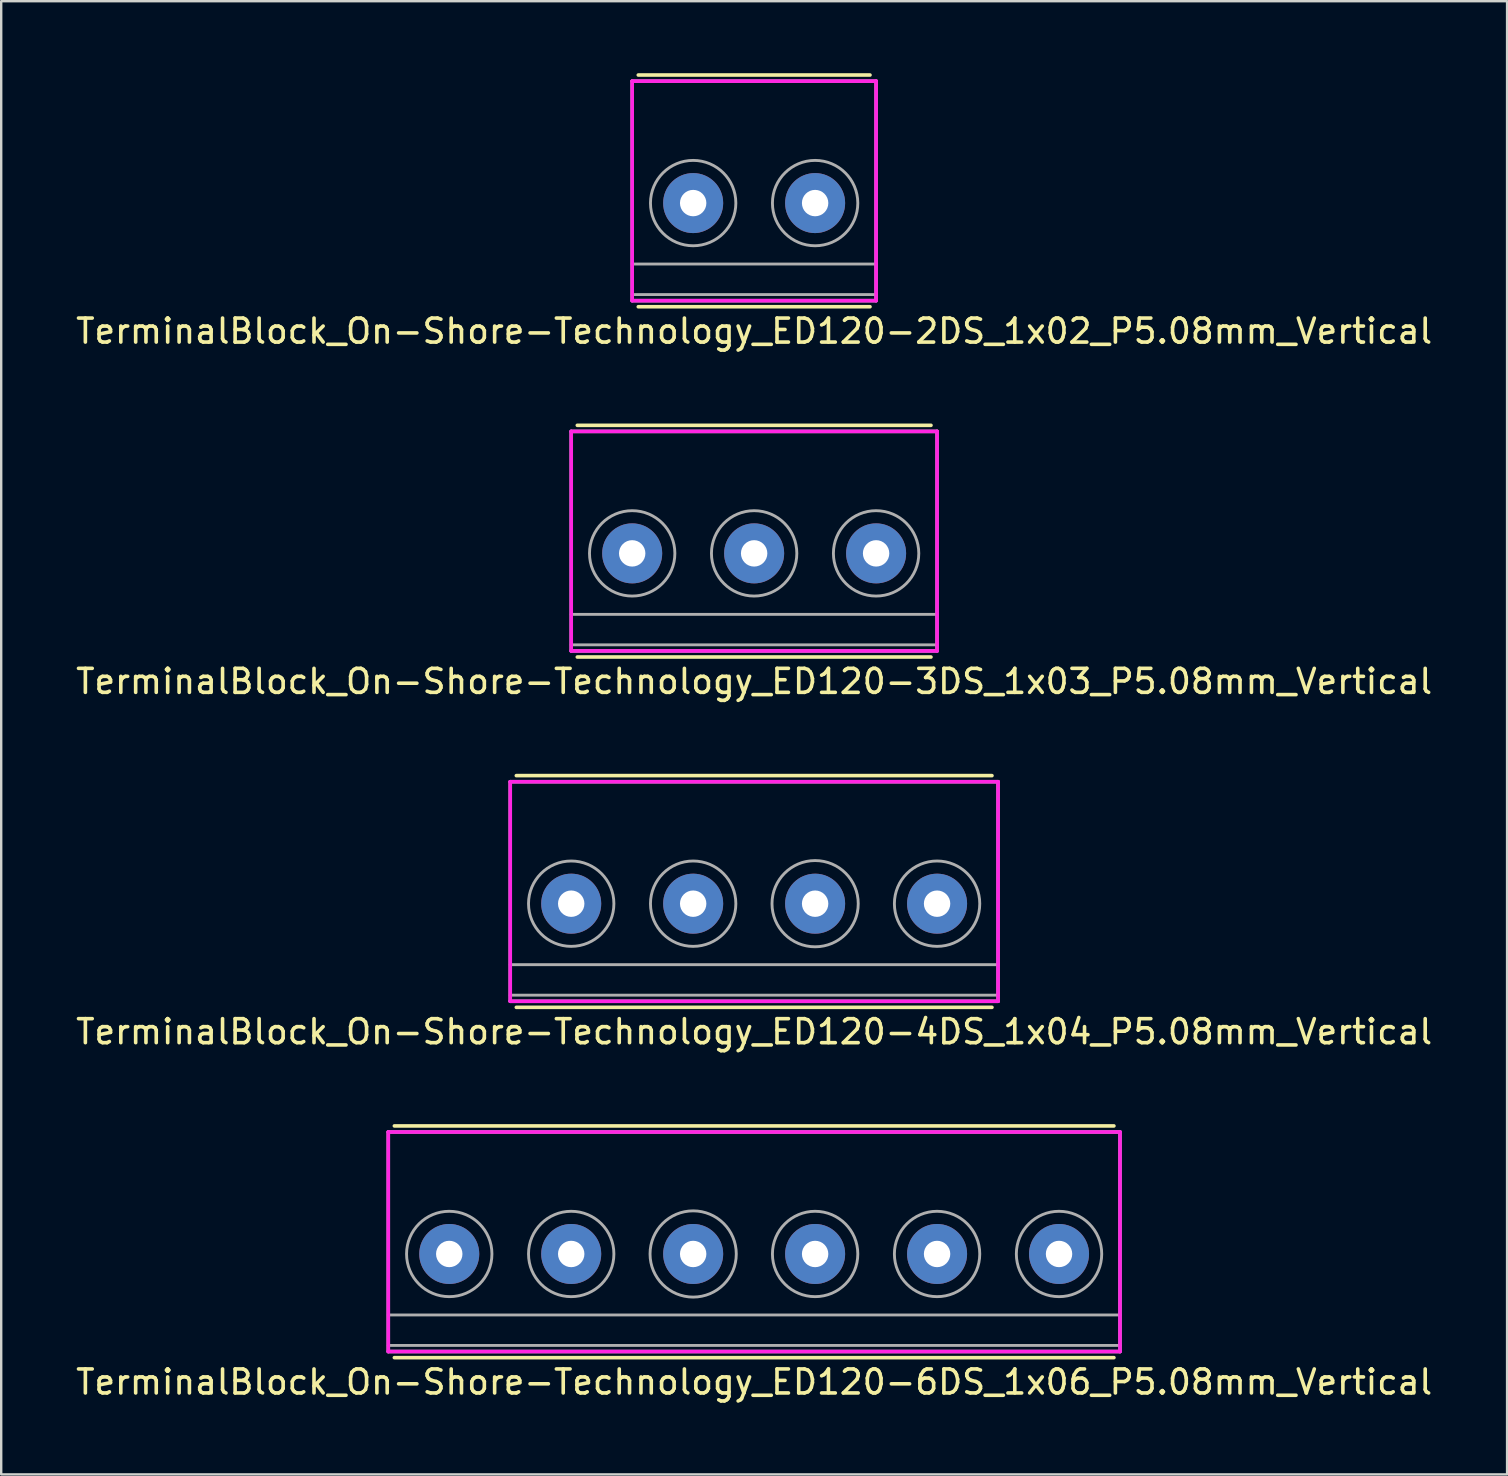
<source format=kicad_pcb>
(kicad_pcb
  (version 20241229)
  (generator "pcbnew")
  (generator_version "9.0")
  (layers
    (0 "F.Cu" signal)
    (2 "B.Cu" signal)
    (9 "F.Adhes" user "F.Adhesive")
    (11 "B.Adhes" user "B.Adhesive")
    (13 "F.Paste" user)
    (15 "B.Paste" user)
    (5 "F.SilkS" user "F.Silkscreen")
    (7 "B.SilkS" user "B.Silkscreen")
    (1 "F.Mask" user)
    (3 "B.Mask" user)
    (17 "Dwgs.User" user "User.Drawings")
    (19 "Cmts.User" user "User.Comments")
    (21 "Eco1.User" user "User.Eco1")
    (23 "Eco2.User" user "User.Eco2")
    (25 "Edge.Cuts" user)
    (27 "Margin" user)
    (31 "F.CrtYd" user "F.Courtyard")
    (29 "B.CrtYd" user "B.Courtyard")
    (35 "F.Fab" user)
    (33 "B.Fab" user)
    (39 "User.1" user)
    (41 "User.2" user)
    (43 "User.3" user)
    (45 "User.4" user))
  (footprint "TerminalBlock_On-Shore-Technology_ED120-3DS_1x03_P5.08mm_Vertical"
    (layer "F.Cu")
    (at 28.363 20)
    (property "Reference" "TerminalBlock_On-Shore-Technology_ED120-3DS_1x03_P5.08mm_Vertical" (at 0 5.334 0) (layer "F.SilkS") (effects (font (size 1 1) (thickness 0.15))))
    (attr through_hole)
    (fp_line (start -7.366 -5.334) (end 7.366 -5.334) (stroke (width 0.15) (type solid)) (layer "F.SilkS"))
    (fp_line (start 7.366 4.318) (end -7.366 4.318) (stroke (width 0.15) (type solid)) (layer "F.SilkS"))
    (fp_line (start -7.62 -5.08) (end 7.62 -5.08) (stroke (width 0.15) (type solid)) (layer "F.CrtYd"))
    (fp_line (start -7.62 4.064) (end -7.62 -5.08) (stroke (width 0.15) (type solid)) (layer "F.CrtYd"))
    (fp_line (start 7.62 -5.08) (end 7.62 4.064) (stroke (width 0.15) (type solid)) (layer "F.CrtYd"))
    (fp_line (start 7.62 4.064) (end -7.62 4.064) (stroke (width 0.15) (type solid)) (layer "F.CrtYd"))
    (fp_line (start -7.62 -5.08) (end 7.62 -5.08) (stroke (width 0.15) (type solid)) (layer "F.Fab"))
    (fp_line (start -7.62 2.54) (end 7.62 2.54) (stroke (width 0.12) (type solid)) (layer "F.Fab"))
    (fp_line (start -7.62 3.81) (end 7.62 3.81) (stroke (width 0.12) (type solid)) (layer "F.Fab"))
    (fp_line (start -7.62 4.064) (end -7.62 -5.08) (stroke (width 0.15) (type solid)) (layer "F.Fab"))
    (fp_line (start 7.62 4.064) (end -7.62 4.064) (stroke (width 0.15) (type solid)) (layer "F.Fab"))
    (fp_line (start 7.62 4.064) (end 7.62 -5.08) (stroke (width 0.15) (type solid)) (layer "F.Fab"))
    (fp_circle (center -5.08 0) (end -3.302 0) (stroke (width 0.12) (type solid)) (fill no) (layer "F.Fab"))
    (fp_circle (center 0 0) (end 1.778 0) (stroke (width 0.12) (type solid)) (fill no) (layer "F.Fab"))
    (fp_circle (center 5.08 0) (end 6.858 0) (stroke (width 0.12) (type solid)) (fill no) (layer "F.Fab"))
    (pad "1" thru_hole circle (at -5.08 0) (size 2.5 2.5) (drill 1.1) (layers "*.Cu" "*.Mask"))
    (pad "2" thru_hole circle (at 0 0) (size 2.5 2.5) (drill 1.1) (layers "*.Cu" "*.Mask"))
    (pad "3" thru_hole circle (at 5.08 0) (size 2.5 2.5) (drill 1.1) (layers "*.Cu" "*.Mask")))
  (footprint "TerminalBlock_On-Shore-Technology_ED120-6DS_1x06_P5.08mm_Vertical"
    (layer "F.Cu")
    (at 28.363 49.183)
    (property "Reference" "TerminalBlock_On-Shore-Technology_ED120-6DS_1x06_P5.08mm_Vertical" (at 0 5.334 0) (layer "F.SilkS") (effects (font (size 1 1) (thickness 0.15))))
    (attr through_hole)
    (fp_line (start -14.986 -5.334) (end 14.986 -5.334) (stroke (width 0.15) (type solid)) (layer "F.SilkS"))
    (fp_line (start 14.986 4.318) (end -14.986 4.318) (stroke (width 0.15) (type solid)) (layer "F.SilkS"))
    (fp_line (start -15.24 -5.08) (end 15.24 -5.08) (stroke (width 0.15) (type solid)) (layer "F.CrtYd"))
    (fp_line (start -15.24 4.064) (end -15.24 -5.08) (stroke (width 0.15) (type solid)) (layer "F.CrtYd"))
    (fp_line (start 15.24 -5.08) (end 15.24 4.064) (stroke (width 0.15) (type solid)) (layer "F.CrtYd"))
    (fp_line (start 15.24 4.064) (end -15.24 4.064) (stroke (width 0.15) (type solid)) (layer "F.CrtYd"))
    (fp_line (start -15.24 -5.08) (end 15.24 -5.08) (stroke (width 0.15) (type solid)) (layer "F.Fab"))
    (fp_line (start -15.24 2.54) (end 15.24 2.54) (stroke (width 0.12) (type solid)) (layer "F.Fab"))
    (fp_line (start -15.24 3.81) (end 15.24 3.81) (stroke (width 0.12) (type solid)) (layer "F.Fab"))
    (fp_line (start -15.24 4.064) (end -15.24 -5.08) (stroke (width 0.15) (type solid)) (layer "F.Fab"))
    (fp_line (start 15.24 4.064) (end -15.24 4.064) (stroke (width 0.15) (type solid)) (layer "F.Fab"))
    (fp_line (start 15.24 4.064) (end 15.24 -5.08) (stroke (width 0.15) (type solid)) (layer "F.Fab"))
    (fp_circle (center -12.7 0) (end -10.922 0) (stroke (width 0.12) (type solid)) (fill no) (layer "F.Fab"))
    (fp_circle (center -7.62 0) (end -9.398 0) (stroke (width 0.12) (type solid)) (fill no) (layer "F.Fab"))
    (fp_circle (center -2.54 0) (end -4.318 0.254) (stroke (width 0.12) (type solid)) (fill no) (layer "F.Fab"))
    (fp_circle (center 2.54 0) (end 0.762 0) (stroke (width 0.12) (type solid)) (fill no) (layer "F.Fab"))
    (fp_circle (center 7.62 0) (end 5.842 0) (stroke (width 0.12) (type solid)) (fill no) (layer "F.Fab"))
    (fp_circle (center 12.7 0) (end 10.922 0) (stroke (width 0.12) (type solid)) (fill no) (layer "F.Fab"))
    (pad "1" thru_hole circle (at -12.7 0) (size 2.5 2.5) (drill 1.1) (layers "*.Cu" "*.Mask"))
    (pad "2" thru_hole circle (at -7.62 0) (size 2.5 2.5) (drill 1.1) (layers "*.Cu" "*.Mask"))
    (pad "3" thru_hole circle (at -2.54 0) (size 2.5 2.5) (drill 1.1) (layers "*.Cu" "*.Mask"))
    (pad "4" thru_hole circle (at 2.54 0) (size 2.5 2.5) (drill 1.1) (layers "*.Cu" "*.Mask"))
    (pad "5" thru_hole circle (at 7.62 0) (size 2.5 2.5) (drill 1.1) (layers "*.Cu" "*.Mask"))
    (pad "6" thru_hole circle (at 12.7 0) (size 2.5 2.5) (drill 1.1) (layers "*.Cu" "*.Mask")))
  (footprint "TerminalBlock_On-Shore-Technology_ED120-2DS_1x02_P5.08mm_Vertical"
    (layer "F.Cu")
    (at 28.363 5.409)
    (property "Reference" "TerminalBlock_On-Shore-Technology_ED120-2DS_1x02_P5.08mm_Vertical" (at 0 5.334 0) (layer "F.SilkS") (effects (font (size 1 1) (thickness 0.15))))
    (attr through_hole)
    (fp_line (start -4.826 -5.334) (end 4.826 -5.334) (stroke (width 0.15) (type solid)) (layer "F.SilkS"))
    (fp_line (start 4.826 4.318) (end -4.826 4.318) (stroke (width 0.15) (type solid)) (layer "F.SilkS"))
    (fp_line (start -5.08 -5.08) (end 5.08 -5.08) (stroke (width 0.15) (type solid)) (layer "F.CrtYd"))
    (fp_line (start -5.08 4.064) (end -5.08 -5.08) (stroke (width 0.15) (type solid)) (layer "F.CrtYd"))
    (fp_line (start 5.08 -5.08) (end 5.08 4.064) (stroke (width 0.15) (type solid)) (layer "F.CrtYd"))
    (fp_line (start 5.08 4.064) (end -5.08 4.064) (stroke (width 0.15) (type solid)) (layer "F.CrtYd"))
    (fp_line (start -5.08 -5.08) (end 5.08 -5.08) (stroke (width 0.15) (type solid)) (layer "F.Fab"))
    (fp_line (start -5.08 2.54) (end 5.08 2.54) (stroke (width 0.12) (type solid)) (layer "F.Fab"))
    (fp_line (start -5.08 3.81) (end 5.08 3.81) (stroke (width 0.12) (type solid)) (layer "F.Fab"))
    (fp_line (start -5.08 4.064) (end -5.08 -5.08) (stroke (width 0.15) (type solid)) (layer "F.Fab"))
    (fp_line (start 5.08 4.064) (end -5.08 4.064) (stroke (width 0.15) (type solid)) (layer "F.Fab"))
    (fp_line (start 5.08 4.064) (end 5.08 -5.08) (stroke (width 0.15) (type solid)) (layer "F.Fab"))
    (fp_circle (center -2.54 0) (end -0.762 0) (stroke (width 0.12) (type solid)) (fill no) (layer "F.Fab"))
    (fp_circle (center 2.54 0) (end 4.318 0) (stroke (width 0.12) (type solid)) (fill no) (layer "F.Fab"))
    (pad "1" thru_hole circle (at -2.54 0) (size 2.5 2.5) (drill 1.1) (layers "*.Cu" "*.Mask"))
    (pad "2" thru_hole circle (at 2.54 0) (size 2.5 2.5) (drill 1.1) (layers "*.Cu" "*.Mask")))
  (footprint "TerminalBlock_On-Shore-Technology_ED120-4DS_1x04_P5.08mm_Vertical"
    (layer "F.Cu")
    (at 28.363 34.592)
    (property "Reference" "TerminalBlock_On-Shore-Technology_ED120-4DS_1x04_P5.08mm_Vertical" (at 0 5.334 0) (layer "F.SilkS") (effects (font (size 1 1) (thickness 0.15))))
    (attr through_hole)
    (fp_line (start -9.906 -5.334) (end 9.906 -5.334) (stroke (width 0.15) (type solid)) (layer "F.SilkS"))
    (fp_line (start 9.906 4.318) (end -9.906 4.318) (stroke (width 0.15) (type solid)) (layer "F.SilkS"))
    (fp_line (start -10.16 -5.08) (end 10.16 -5.08) (stroke (width 0.15) (type solid)) (layer "F.CrtYd"))
    (fp_line (start -10.16 4.064) (end -10.16 -5.08) (stroke (width 0.15) (type solid)) (layer "F.CrtYd"))
    (fp_line (start 10.16 -5.08) (end 10.16 4.064) (stroke (width 0.15) (type solid)) (layer "F.CrtYd"))
    (fp_line (start 10.16 4.064) (end -10.16 4.064) (stroke (width 0.15) (type solid)) (layer "F.CrtYd"))
    (fp_line (start -10.16 -5.08) (end 10.16 -5.08) (stroke (width 0.15) (type solid)) (layer "F.Fab"))
    (fp_line (start -10.16 2.54) (end 10.16 2.54) (stroke (width 0.12) (type solid)) (layer "F.Fab"))
    (fp_line (start -10.16 3.81) (end 10.16 3.81) (stroke (width 0.12) (type solid)) (layer "F.Fab"))
    (fp_line (start -10.16 4.064) (end -10.16 -5.08) (stroke (width 0.15) (type solid)) (layer "F.Fab"))
    (fp_line (start 10.16 4.064) (end -10.16 4.064) (stroke (width 0.15) (type solid)) (layer "F.Fab"))
    (fp_line (start 10.16 4.064) (end 10.16 -5.08) (stroke (width 0.15) (type solid)) (layer "F.Fab"))
    (fp_circle (center -7.62 0) (end -5.842 0) (stroke (width 0.12) (type solid)) (fill no) (layer "F.Fab"))
    (fp_circle (center -2.54 0) (end -4.318 0) (stroke (width 0.12) (type solid)) (fill no) (layer "F.Fab"))
    (fp_circle (center 2.54 0) (end 0.762 0.254) (stroke (width 0.12) (type solid)) (fill no) (layer "F.Fab"))
    (fp_circle (center 7.62 0) (end 5.842 0) (stroke (width 0.12) (type solid)) (fill no) (layer "F.Fab"))
    (pad "1" thru_hole circle (at -7.62 0) (size 2.5 2.5) (drill 1.1) (layers "*.Cu" "*.Mask"))
    (pad "2" thru_hole circle (at -2.54 0) (size 2.5 2.5) (drill 1.1) (layers "*.Cu" "*.Mask"))
    (pad "3" thru_hole circle (at 2.54 0) (size 2.5 2.5) (drill 1.1) (layers "*.Cu" "*.Mask"))
    (pad "4" thru_hole circle (at 7.62 0) (size 2.5 2.5) (drill 1.1) (layers "*.Cu" "*.Mask")))
  (gr_rect
    (start -3 -3)
    (end 59.726 58.365)
    (stroke (width 0.1) (type default))
    (fill no)
    (layer "Edge.Cuts")))
</source>
